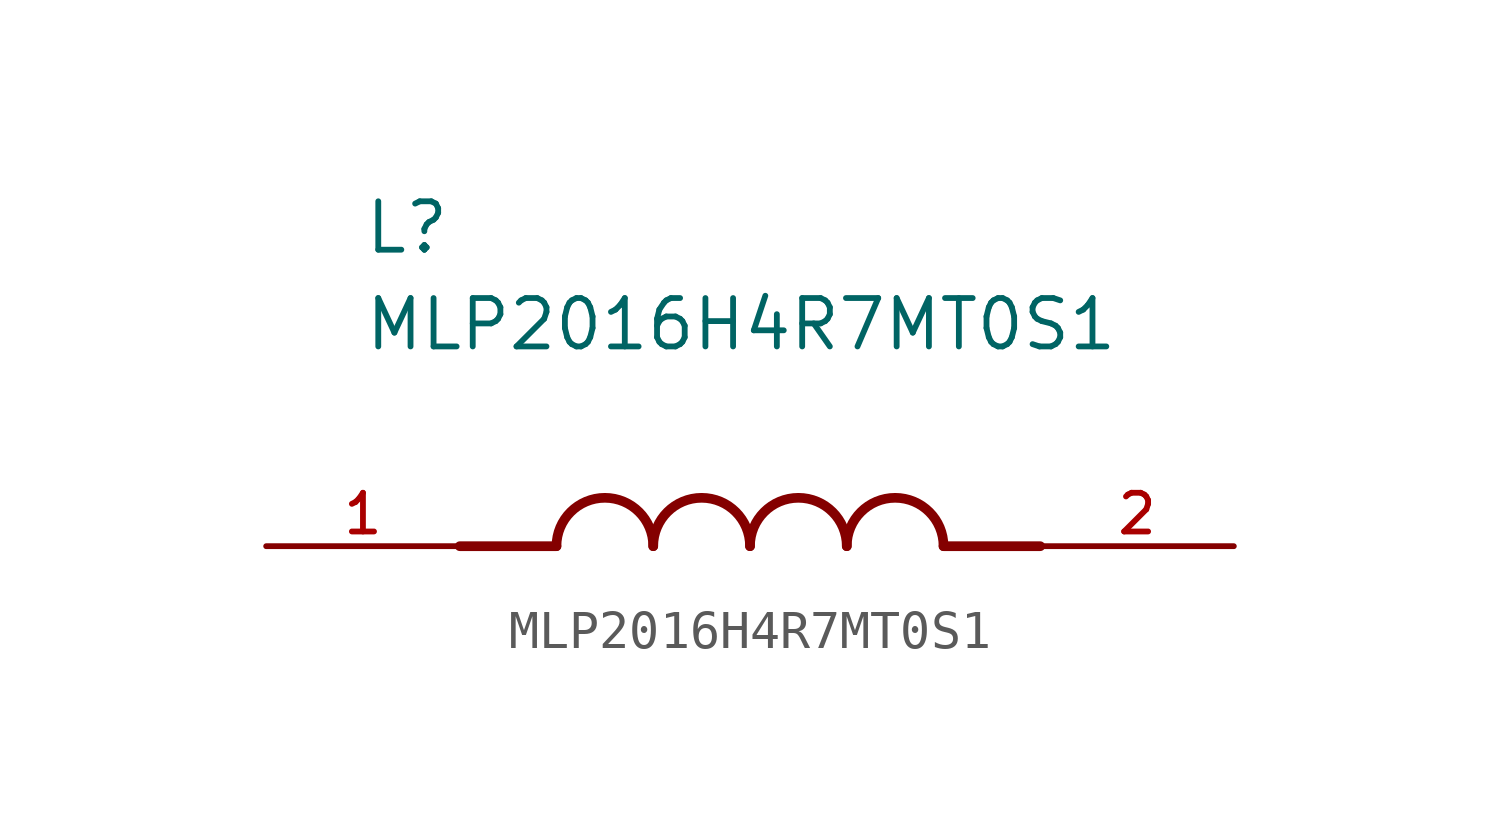
<source format=kicad_sym>
(kicad_symbol_lib
  (version 20211014)
  (generator kicad_symbol_editor)
  (symbol "MLP2016H4R7MT0S1"
    (pin_names
      (offset 1.016))
    (property "Reference" "L"
      (at -10.16 7.62 0)
      (effects (font (size 1.27 1.27)) (justify bottom left)))
    (property "Value" "MLP2016H4R7MT0S1"
      (at -10.16 5.08 0)
      (effects (font (size 1.27 1.27)) (justify bottom left)))
    (symbol "MLP2016H4R7MT0S1_0_0"
      (polyline (pts (xy -5.08 0.0) (xy -7.62 0.0)) (stroke (width 0.254)))
      (polyline (pts (xy 5.08 0.0) (xy 7.62 0.0)) (stroke (width 0.254)))
      (arc (start -2.54 0.0) (mid -3.81 1.27) (end -5.08 0.0) (stroke (width 0.254) (type default) (color 0 0 0 0)) (fill (type none)))
      (arc (start 0.0 0.0) (mid -1.27 1.27) (end -2.54 0.0) (stroke (width 0.254) (type default) (color 0 0 0 0)) (fill (type none)))
      (arc (start 2.54 0.0) (mid 1.27 1.27) (end 0.0 0.0) (stroke (width 0.254) (type default) (color 0 0 0 0)) (fill (type none)))
      (arc (start 5.08 0.0) (mid 3.81 1.27) (end 2.54 0.0) (stroke (width 0.254) (type default) (color 0 0 0 0)) (fill (type none)))
      (pin passive line (at -12.7 0.0 0) (length 5.08) (name "~" (effects (font (size 1.016 1.016)))) (number "1" (effects (font (size 1.016 1.016)))))
      (pin passive line (at 12.7 0.0 180.0) (length 5.08) (name "~" (effects (font (size 1.016 1.016)))) (number "2" (effects (font (size 1.016 1.016))))))))
</source>
